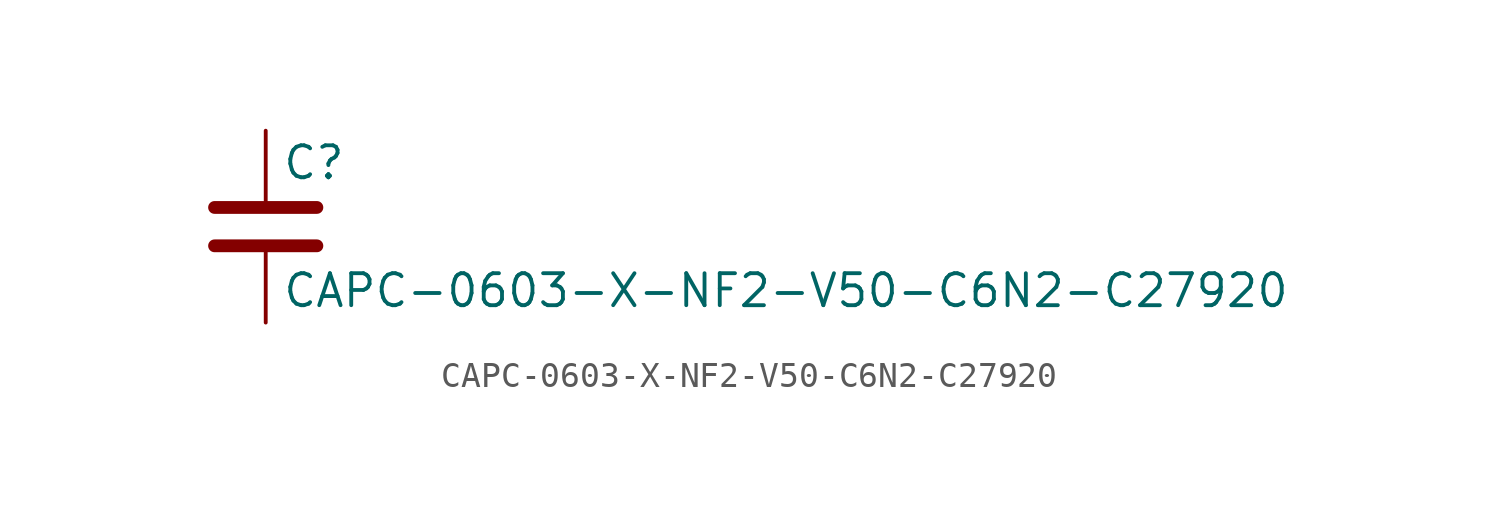
<source format=kicad_sym>
(kicad_symbol_lib
  (version 20211014)
  (generator kicad_symbol_editor)
  (symbol "CAPC-0603-X-NF2-V50-C6N2-C27920"
    (pin_numbers hide)
    (pin_names
      (offset 0.254))
    (property "Reference" "C"
      (at 0.635 2.54 0)
      (effects (font (size 1.27 1.27)) (justify left)))
    (property "Value" "CAPC-0603-X-NF2-V50-C6N2-C27920"
      (at 0.635 -2.54 0)
      (effects (font (size 1.27 1.27)) (justify left)))
    (symbol "CAPC-0603-X-NF2-V50-C6N2-C27920_0_1"
      (polyline (pts (xy -2.032 -0.762) (xy 2.032 -0.762)) (stroke (width 0.508) (type default) (color 0 0 0 0)) (fill (type none)))
      (polyline (pts (xy -2.032 0.762) (xy 2.032 0.762)) (stroke (width 0.508) (type default) (color 0 0 0 0)) (fill (type none))))
    (symbol "CAPC-0603-X-NF2-V50-C6N2-C27920_1_1"
      (pin passive line (at 0 3.81 270) (length 2.794) (name "~" (effects (font (size 1.27 1.27)))) (number "1" (effects (font (size 1.27 1.27)))))
      (pin passive line (at 0 -3.81 90) (length 2.794) (name "~" (effects (font (size 1.27 1.27)))) (number "2" (effects (font (size 1.27 1.27))))))))
</source>
